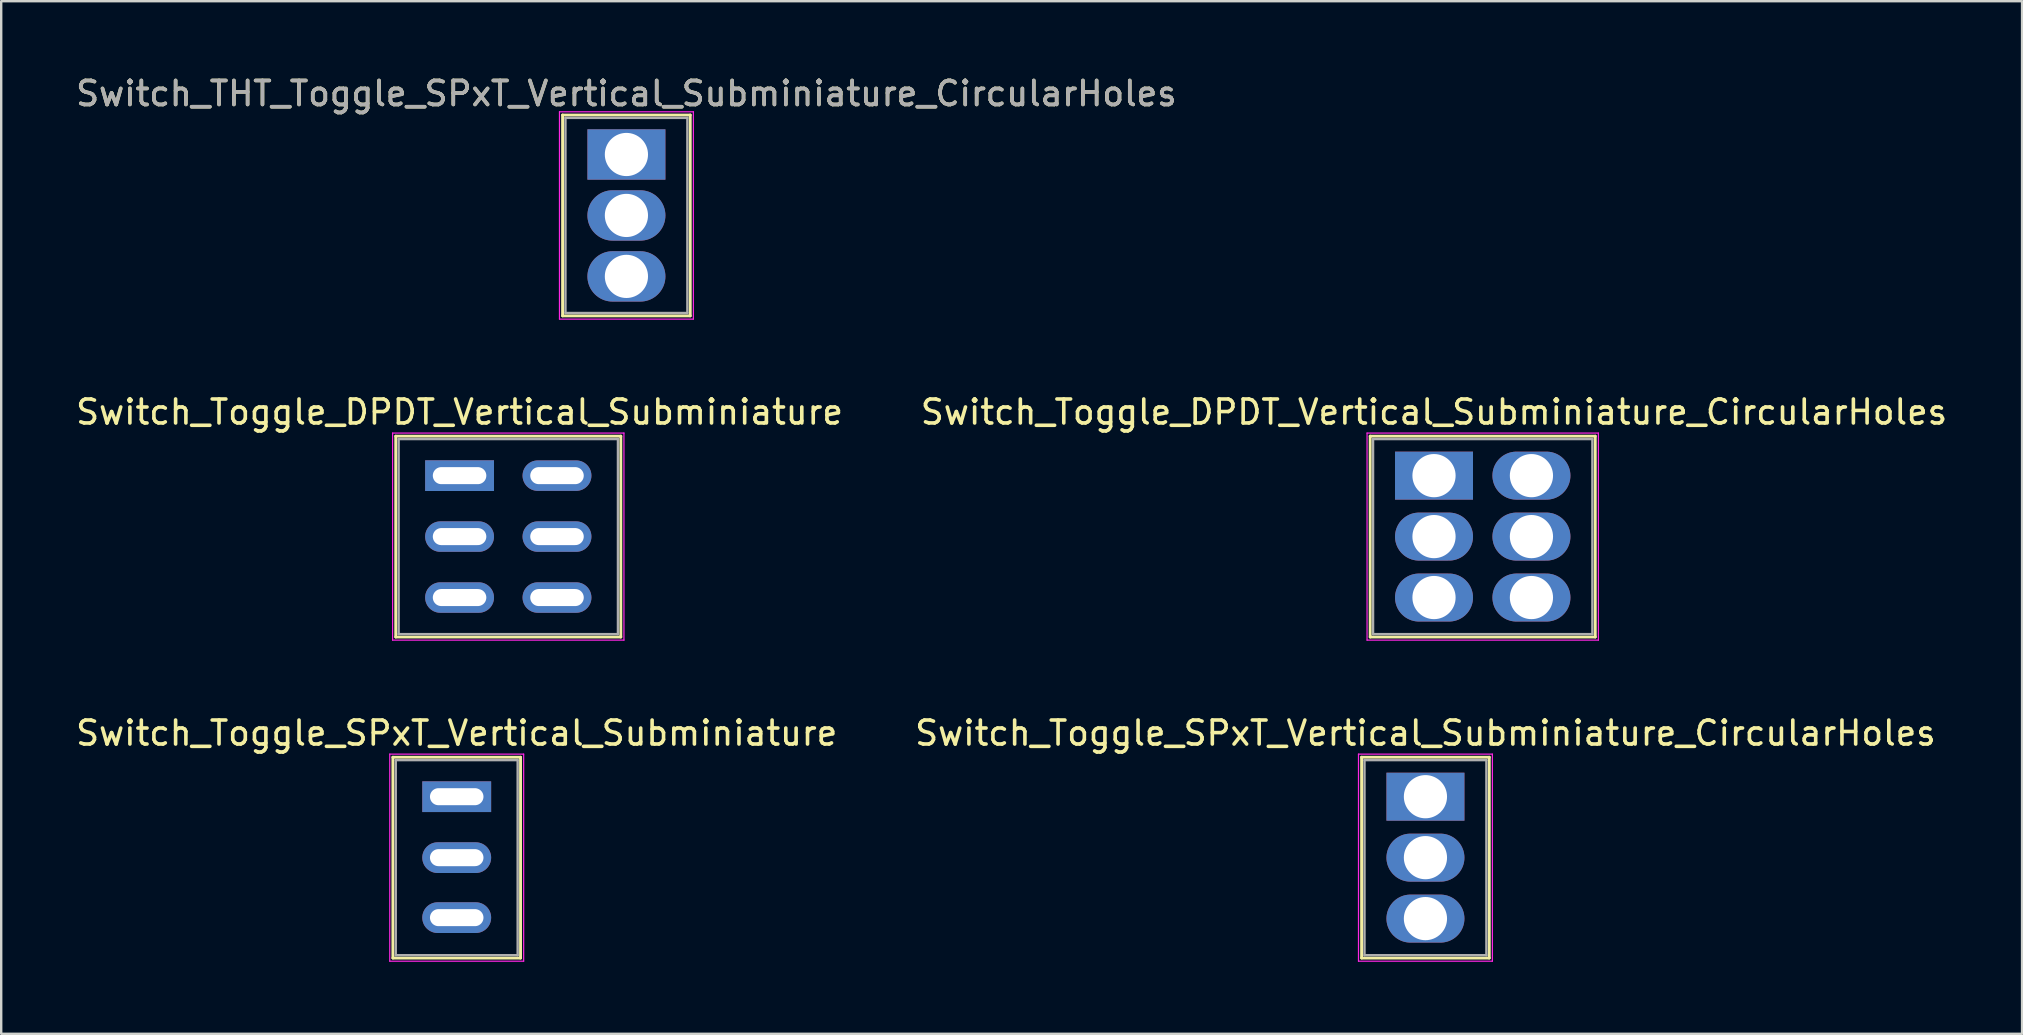
<source format=kicad_pcb>
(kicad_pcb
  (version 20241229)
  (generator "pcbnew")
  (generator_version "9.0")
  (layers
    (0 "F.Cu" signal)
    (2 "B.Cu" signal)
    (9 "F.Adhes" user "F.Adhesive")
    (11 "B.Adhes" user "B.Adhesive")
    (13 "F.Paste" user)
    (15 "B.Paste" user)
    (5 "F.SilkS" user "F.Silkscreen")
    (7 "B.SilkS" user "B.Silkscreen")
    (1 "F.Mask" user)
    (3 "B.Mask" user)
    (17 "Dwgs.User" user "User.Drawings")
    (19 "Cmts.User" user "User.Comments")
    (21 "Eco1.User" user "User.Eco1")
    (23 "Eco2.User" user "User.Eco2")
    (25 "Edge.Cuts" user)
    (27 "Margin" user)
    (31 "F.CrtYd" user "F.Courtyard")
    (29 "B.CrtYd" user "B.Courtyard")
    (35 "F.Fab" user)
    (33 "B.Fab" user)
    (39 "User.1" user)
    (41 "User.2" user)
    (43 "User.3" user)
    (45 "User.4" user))
  (footprint "Switch_Toggle_SPxT_Vertical_Subminiature_CircularHoles"
    (layer "F.Cu")
    (at 56.351 30.15)
    (property "Reference" "Switch_Toggle_SPxT_Vertical_Subminiature_CircularHoles" (at 0 -2.65 180) (layer "F.SilkS") (effects (font (size 1 1) (thickness 0.15))))
    (attr through_hole)
    (fp_line (start -2.66 -1.645) (end -2.66 6.725) (stroke (width 0.12) (type solid)) (layer "F.SilkS"))
    (fp_line (start -2.66 -1.645) (end 2.66 -1.645) (stroke (width 0.12) (type solid)) (layer "F.SilkS"))
    (fp_line (start -2.66 6.725) (end 2.66 6.725) (stroke (width 0.12) (type solid)) (layer "F.SilkS"))
    (fp_line (start 2.66 -1.645) (end 2.66 6.725) (stroke (width 0.12) (type solid)) (layer "F.SilkS"))
    (fp_line (start -2.79 -1.775) (end -2.79 6.855) (stroke (width 0.05) (type solid)) (layer "F.CrtYd"))
    (fp_line (start -2.79 -1.775) (end 2.79 -1.775) (stroke (width 0.05) (type solid)) (layer "F.CrtYd"))
    (fp_line (start -2.79 6.855) (end 2.79 6.855) (stroke (width 0.05) (type solid)) (layer "F.CrtYd"))
    (fp_line (start 2.79 -1.775) (end 2.79 6.855) (stroke (width 0.05) (type solid)) (layer "F.CrtYd"))
    (fp_line (start -2.54 -1.525) (end -2.54 6.605) (stroke (width 0.1) (type solid)) (layer "F.Fab"))
    (fp_line (start -2.54 -1.525) (end 2.54 -1.525) (stroke (width 0.1) (type solid)) (layer "F.Fab"))
    (fp_line (start -2.54 6.605) (end 2.54 6.605) (stroke (width 0.1) (type solid)) (layer "F.Fab"))
    (fp_line (start 2.54 -1.525) (end 2.54 6.605) (stroke (width 0.1) (type solid)) (layer "F.Fab"))
    (pad "1" thru_hole rect (at 0 0) (size 3.25 2) (drill 1.8) (layers "*.Cu" "*.Mask"))
    (pad "2" thru_hole oval (at 0 2.54) (size 3.25 2) (drill 1.8) (layers "*.Cu" "*.Mask"))
    (pad "3" thru_hole oval (at 0 5.08) (size 3.25 2) (drill 1.8) (layers "*.Cu" "*.Mask")))
  (footprint "Switch_Toggle_DPDT_Vertical_Subminiature"
    (layer "F.Cu")
    (at 16.101 16.771)
    (property "Reference" "Switch_Toggle_DPDT_Vertical_Subminiature" (at 0 -2.65 180) (layer "F.SilkS") (effects (font (size 1 1) (thickness 0.15))))
    (attr through_hole)
    (fp_line (start -2.66 -1.645) (end -2.66 6.725) (stroke (width 0.12) (type solid)) (layer "F.SilkS"))
    (fp_line (start -2.66 -1.645) (end 6.72 -1.645) (stroke (width 0.12) (type solid)) (layer "F.SilkS"))
    (fp_line (start -2.66 6.725) (end 6.72 6.725) (stroke (width 0.12) (type solid)) (layer "F.SilkS"))
    (fp_line (start 6.72 -1.645) (end 6.72 6.725) (stroke (width 0.12) (type solid)) (layer "F.SilkS"))
    (fp_line (start -2.79 -1.775) (end -2.79 6.855) (stroke (width 0.05) (type solid)) (layer "F.CrtYd"))
    (fp_line (start -2.79 -1.775) (end 6.85 -1.775) (stroke (width 0.05) (type solid)) (layer "F.CrtYd"))
    (fp_line (start -2.79 6.855) (end 6.85 6.855) (stroke (width 0.05) (type solid)) (layer "F.CrtYd"))
    (fp_line (start 6.85 -1.775) (end 6.85 6.855) (stroke (width 0.05) (type solid)) (layer "F.CrtYd"))
    (fp_line (start -2.54 -1.525) (end -2.54 6.605) (stroke (width 0.1) (type solid)) (layer "F.Fab"))
    (fp_line (start -2.54 -1.525) (end 6.6 -1.525) (stroke (width 0.1) (type solid)) (layer "F.Fab"))
    (fp_line (start -2.54 6.605) (end 6.6 6.605) (stroke (width 0.1) (type solid)) (layer "F.Fab"))
    (fp_line (start 6.6 -1.525) (end 6.6 6.605) (stroke (width 0.1) (type solid)) (layer "F.Fab"))
    (pad "1" thru_hole rect (at 0 0) (size 2.87 1.28) (drill oval 2.23 0.71) (layers "*.Cu" "*.Mask"))
    (pad "2" thru_hole oval (at 0 2.54) (size 2.87 1.27) (drill oval 2.23 0.71) (layers "*.Cu" "*.Mask"))
    (pad "3" thru_hole oval (at 0 5.08) (size 2.87 1.27) (drill oval 2.23 0.71) (layers "*.Cu" "*.Mask"))
    (pad "4" thru_hole oval (at 4.06 0) (size 2.87 1.27) (drill oval 2.23 0.71) (layers "*.Cu" "*.Mask"))
    (pad "5" thru_hole oval (at 4.06 2.54) (size 2.87 1.27) (drill oval 2.23 0.71) (layers "*.Cu" "*.Mask"))
    (pad "6" thru_hole oval (at 4.06 5.08) (size 2.87 1.27) (drill oval 2.23 0.71) (layers "*.Cu" "*.Mask")))
  (footprint "Switch_Toggle_DPDT_Vertical_Subminiature_CircularHoles"
    (layer "F.Cu")
    (at 56.708 16.771)
    (property "Reference" "Switch_Toggle_DPDT_Vertical_Subminiature_CircularHoles" (at 0 -2.65 180) (layer "F.SilkS") (effects (font (size 1 1) (thickness 0.15))))
    (attr through_hole)
    (fp_line (start -2.66 -1.645) (end -2.66 6.725) (stroke (width 0.12) (type solid)) (layer "F.SilkS"))
    (fp_line (start -2.66 -1.645) (end 6.72 -1.645) (stroke (width 0.12) (type solid)) (layer "F.SilkS"))
    (fp_line (start -2.66 6.725) (end 6.72 6.725) (stroke (width 0.12) (type solid)) (layer "F.SilkS"))
    (fp_line (start 6.72 -1.645) (end 6.72 6.725) (stroke (width 0.12) (type solid)) (layer "F.SilkS"))
    (fp_line (start -2.79 -1.775) (end -2.79 6.855) (stroke (width 0.05) (type solid)) (layer "F.CrtYd"))
    (fp_line (start -2.79 -1.775) (end 6.85 -1.775) (stroke (width 0.05) (type solid)) (layer "F.CrtYd"))
    (fp_line (start -2.79 6.855) (end 6.85 6.855) (stroke (width 0.05) (type solid)) (layer "F.CrtYd"))
    (fp_line (start 6.85 -1.775) (end 6.85 6.855) (stroke (width 0.05) (type solid)) (layer "F.CrtYd"))
    (fp_line (start -2.54 -1.525) (end -2.54 6.605) (stroke (width 0.1) (type solid)) (layer "F.Fab"))
    (fp_line (start -2.54 -1.525) (end 6.6 -1.525) (stroke (width 0.1) (type solid)) (layer "F.Fab"))
    (fp_line (start -2.54 6.605) (end 6.6 6.605) (stroke (width 0.1) (type solid)) (layer "F.Fab"))
    (fp_line (start 6.6 -1.525) (end 6.6 6.605) (stroke (width 0.1) (type solid)) (layer "F.Fab"))
    (pad "1" thru_hole rect (at 0 0) (size 3.25 2) (drill 1.8) (layers "*.Cu" "*.Mask"))
    (pad "2" thru_hole oval (at 0 2.54) (size 3.25 2) (drill 1.8) (layers "*.Cu" "*.Mask"))
    (pad "3" thru_hole oval (at 0 5.08) (size 3.25 2) (drill 1.8) (layers "*.Cu" "*.Mask"))
    (pad "4" thru_hole oval (at 4.06 0) (size 3.25 2) (drill 1.8) (layers "*.Cu" "*.Mask"))
    (pad "5" thru_hole oval (at 4.06 2.54) (size 3.25 2) (drill 1.8) (layers "*.Cu" "*.Mask"))
    (pad "6" thru_hole oval (at 4.06 5.08) (size 3.25 2) (drill 1.8) (layers "*.Cu" "*.Mask")))
  (footprint "Switch_THT_Toggle_SPxT_Vertical_Subminiature_CircularHoles"
    (layer "F.Cu")
    (at 23.054 3.388)
    (property "Reference" "Switch_THT_Toggle_SPxT_Vertical_Subminiature_CircularHoles" (at 0 -2.54 180) (layer "F.SilkS") (effects (font (size 1 1) (thickness 0.15))))
    (attr through_hole)
    (fp_line (start -2.66 -1.645) (end -2.66 6.725) (stroke (width 0.12) (type solid)) (layer "F.SilkS"))
    (fp_line (start -2.66 -1.645) (end 2.66 -1.645) (stroke (width 0.12) (type solid)) (layer "F.SilkS"))
    (fp_line (start -2.66 6.725) (end 2.66 6.725) (stroke (width 0.12) (type solid)) (layer "F.SilkS"))
    (fp_line (start 2.66 -1.645) (end 2.66 6.725) (stroke (width 0.12) (type solid)) (layer "F.SilkS"))
    (fp_line (start -2.79 -1.78) (end -2.79 6.86) (stroke (width 0.05) (type solid)) (layer "F.CrtYd"))
    (fp_line (start -2.79 -1.78) (end 2.79 -1.78) (stroke (width 0.05) (type solid)) (layer "F.CrtYd"))
    (fp_line (start -2.79 6.86) (end 2.79 6.86) (stroke (width 0.05) (type solid)) (layer "F.CrtYd"))
    (fp_line (start 2.79 -1.78) (end 2.79 6.86) (stroke (width 0.05) (type solid)) (layer "F.CrtYd"))
    (fp_line (start -2.54 -1.525) (end -2.54 6.605) (stroke (width 0.1) (type solid)) (layer "F.Fab"))
    (fp_line (start -2.54 -1.525) (end 2.54 -1.525) (stroke (width 0.1) (type solid)) (layer "F.Fab"))
    (fp_line (start -2.54 6.605) (end 2.54 6.605) (stroke (width 0.1) (type solid)) (layer "F.Fab"))
    (fp_line (start 2.54 -1.525) (end 2.54 6.605) (stroke (width 0.1) (type solid)) (layer "F.Fab"))
    (fp_text user "${REFERENCE}" (at 0 -2.54 180) (layer "F.Fab") (effects (font (size 1 1) (thickness 0.15))))
    (pad "1" thru_hole rect (at 0 0) (size 3.25 2.1) (drill 1.8) (layers "*.Cu" "*.Mask"))
    (pad "2" thru_hole oval (at 0 2.54) (size 3.25 2.1) (drill 1.8) (layers "*.Cu" "*.Mask"))
    (pad "3" thru_hole oval (at 0 5.08) (size 3.25 2.1) (drill 1.8) (layers "*.Cu" "*.Mask")))
  (footprint "Switch_Toggle_SPxT_Vertical_Subminiature"
    (layer "F.Cu")
    (at 15.982 30.15)
    (property "Reference" "Switch_Toggle_SPxT_Vertical_Subminiature" (at 0 -2.65 180) (layer "F.SilkS") (effects (font (size 1 1) (thickness 0.15))))
    (attr through_hole)
    (fp_line (start -2.66 -1.645) (end -2.66 6.725) (stroke (width 0.12) (type solid)) (layer "F.SilkS"))
    (fp_line (start -2.66 -1.645) (end 2.66 -1.645) (stroke (width 0.12) (type solid)) (layer "F.SilkS"))
    (fp_line (start -2.66 6.725) (end 2.66 6.725) (stroke (width 0.12) (type solid)) (layer "F.SilkS"))
    (fp_line (start 2.66 -1.645) (end 2.66 6.725) (stroke (width 0.12) (type solid)) (layer "F.SilkS"))
    (fp_line (start -2.79 -1.775) (end -2.79 6.855) (stroke (width 0.05) (type solid)) (layer "F.CrtYd"))
    (fp_line (start -2.79 -1.775) (end 2.79 -1.775) (stroke (width 0.05) (type solid)) (layer "F.CrtYd"))
    (fp_line (start -2.79 6.855) (end 2.79 6.855) (stroke (width 0.05) (type solid)) (layer "F.CrtYd"))
    (fp_line (start 2.79 -1.775) (end 2.79 6.855) (stroke (width 0.05) (type solid)) (layer "F.CrtYd"))
    (fp_line (start -2.54 -1.525) (end -2.54 6.605) (stroke (width 0.1) (type solid)) (layer "F.Fab"))
    (fp_line (start -2.54 -1.525) (end 2.54 -1.525) (stroke (width 0.1) (type solid)) (layer "F.Fab"))
    (fp_line (start -2.54 6.605) (end 2.54 6.605) (stroke (width 0.1) (type solid)) (layer "F.Fab"))
    (fp_line (start 2.54 -1.525) (end 2.54 6.605) (stroke (width 0.1) (type solid)) (layer "F.Fab"))
    (pad "1" thru_hole rect (at 0 0) (size 2.87 1.28) (drill oval 2.23 0.71) (layers "*.Cu" "*.Mask"))
    (pad "2" thru_hole oval (at 0 2.54) (size 2.87 1.28) (drill oval 2.23 0.71) (layers "*.Cu" "*.Mask"))
    (pad "3" thru_hole oval (at 0 5.04) (size 2.87 1.28) (drill oval 2.23 0.71) (layers "*.Cu" "*.Mask")))
  (gr_rect
    (start -3 -3)
    (end 81.214 40.03)
    (stroke (width 0.1) (type default))
    (fill no)
    (layer "Edge.Cuts")))
</source>
